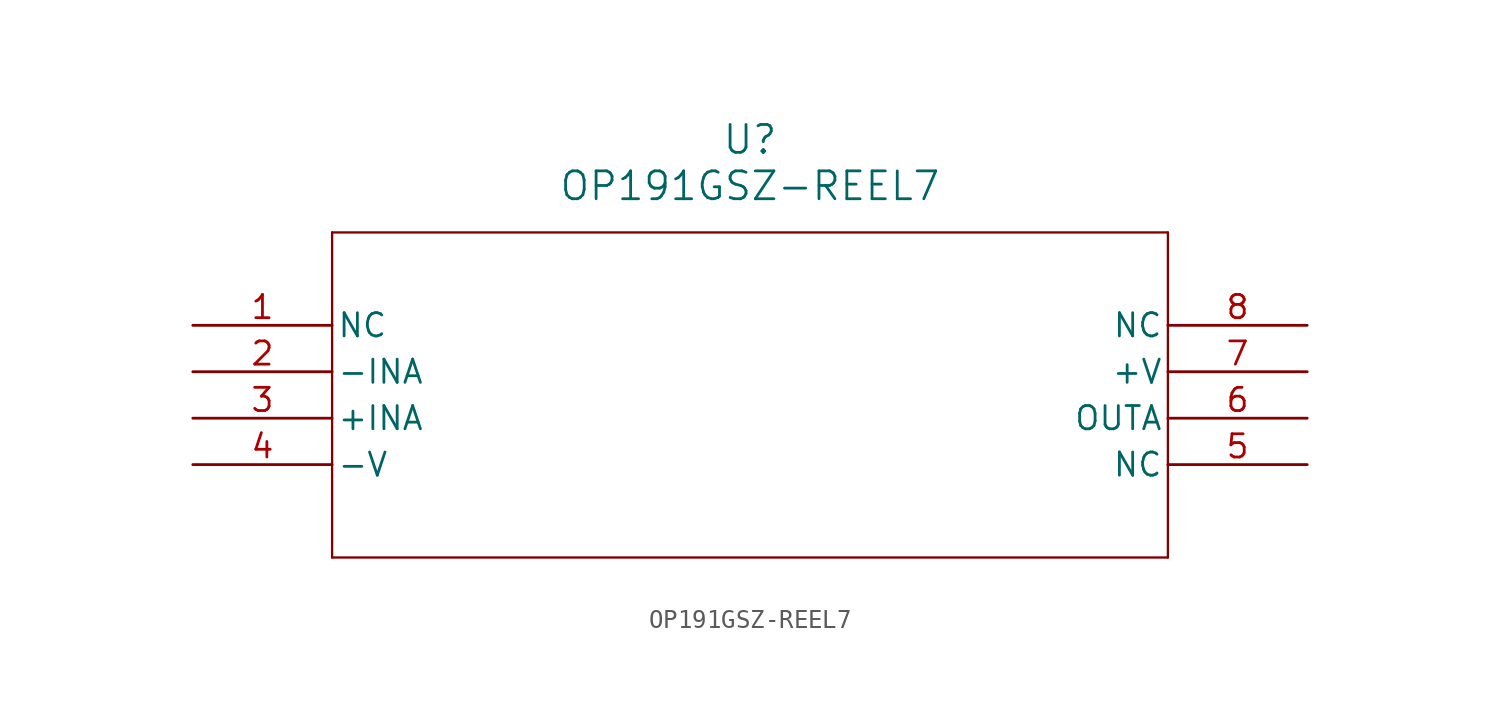
<source format=kicad_sym>
(kicad_symbol_lib
  (version 20211014)
  (generator kicad_symbol_editor)
  (symbol "OP191GSZ-REEL7"
    (pin_names
      (offset 0.254))
    (property "Reference" "U"
      (at 30.48 10.16 0)
      (effects (font (size 1.524 1.524))))
    (property "Value" "OP191GSZ-REEL7"
      (at 30.48 7.62 0)
      (effects (font (size 1.524 1.524))))
    (symbol "OP191GSZ-REEL7_0_1"
      (polyline (pts (xy 7.62 5.08) (xy 7.62 -12.7)) (stroke (width 0.127) (type default) (color 0 0 0 0)) (fill (type none)))
      (polyline (pts (xy 7.62 -12.7) (xy 53.34 -12.7)) (stroke (width 0.127) (type default) (color 0 0 0 0)) (fill (type none)))
      (polyline (pts (xy 53.34 -12.7) (xy 53.34 5.08)) (stroke (width 0.127) (type default) (color 0 0 0 0)) (fill (type none)))
      (polyline (pts (xy 53.34 5.08) (xy 7.62 5.08)) (stroke (width 0.127) (type default) (color 0 0 0 0)) (fill (type none)))
      (pin unspecified line (at 0 0 0) (length 7.62) (name "NC" (effects (font (size 1.27 1.27)))) (number "1" (effects (font (size 1.27 1.27)))))
      (pin unspecified line (at 0 -2.54 0) (length 7.62) (name "-INA" (effects (font (size 1.27 1.27)))) (number "2" (effects (font (size 1.27 1.27)))))
      (pin unspecified line (at 0 -5.08 0) (length 7.62) (name "+INA" (effects (font (size 1.27 1.27)))) (number "3" (effects (font (size 1.27 1.27)))))
      (pin power_in line (at 0 -7.62 0) (length 7.62) (name "-V" (effects (font (size 1.27 1.27)))) (number "4" (effects (font (size 1.27 1.27)))))
      (pin unspecified line (at 60.96 -7.62 180) (length 7.62) (name "NC" (effects (font (size 1.27 1.27)))) (number "5" (effects (font (size 1.27 1.27)))))
      (pin unspecified line (at 60.96 -5.08 180) (length 7.62) (name "OUTA" (effects (font (size 1.27 1.27)))) (number "6" (effects (font (size 1.27 1.27)))))
      (pin power_in line (at 60.96 -2.54 180) (length 7.62) (name "+V" (effects (font (size 1.27 1.27)))) (number "7" (effects (font (size 1.27 1.27)))))
      (pin unspecified line (at 60.96 0 180) (length 7.62) (name "NC" (effects (font (size 1.27 1.27)))) (number "8" (effects (font (size 1.27 1.27))))))))
</source>
